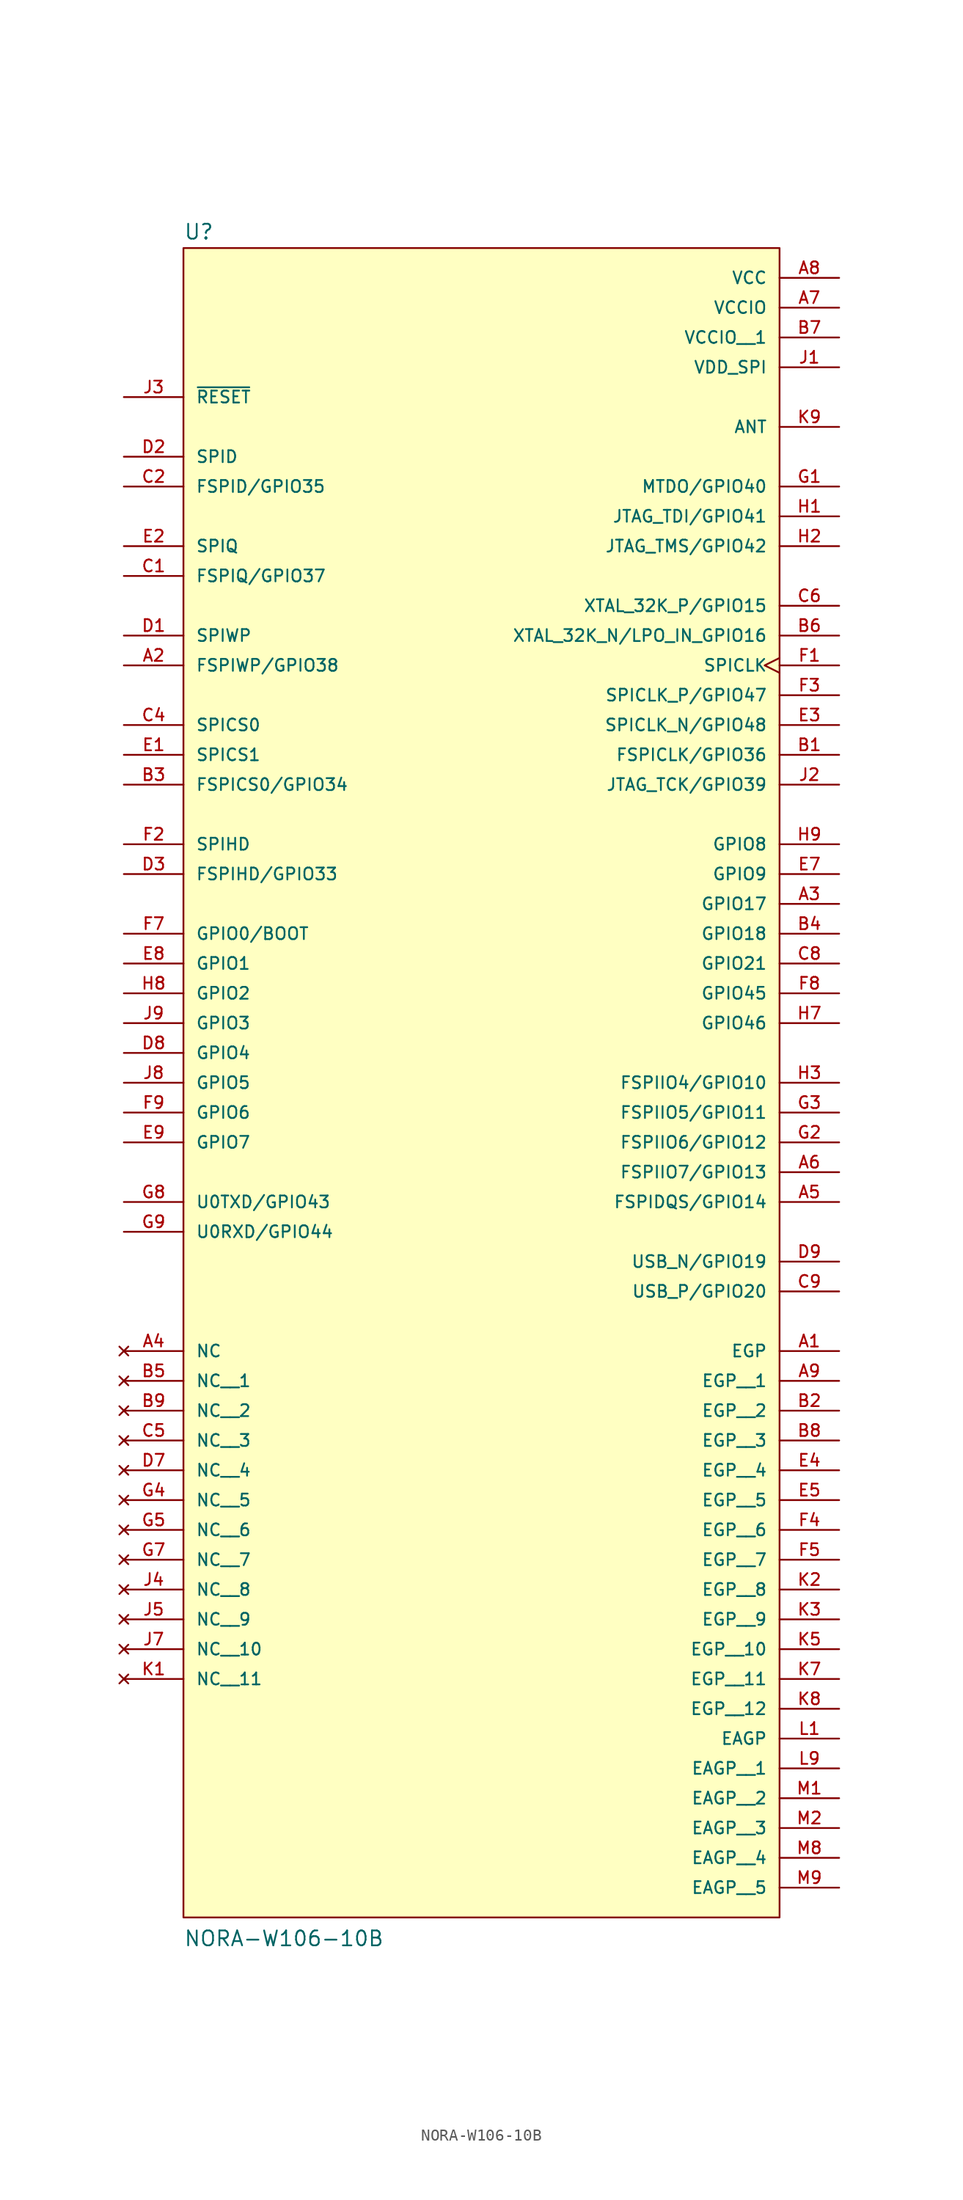
<source format=kicad_sym>
(kicad_symbol_lib
  (version 20231120)
  (generator "kicad_symbol_editor")
  (generator_version "8.0")
  (symbol "NORA-W106-10B"
    (pin_names
      (offset 1.016))
    (property "Reference" "U"
      (at -25.4 48.895 0)
      (effects (font (size 1.27 1.27)) (justify left bottom)))
    (property "Value" "NORA-W106-10B"
      (at -25.4 -96.52 0)
      (effects (font (size 1.27 1.27)) (justify left bottom)))
    (symbol "NORA-W106-10B_0_0"
      (rectangle (start -25.4 48.26) (end 25.4 -93.98) (stroke (width 0.152) (type default)) (fill (type background)))
      (pin power_in line (at 30.48 -45.72 180) (length 5.08) (name "EGP" (effects (font (size 1.016 1.016)))) (number "A1" (effects (font (size 1.016 1.016)))))
      (pin bidirectional line (at -30.48 12.7 0) (length 5.08) (name "FSPIWP/GPIO38" (effects (font (size 1.016 1.016)))) (number "A2" (effects (font (size 1.016 1.016)))))
      (pin bidirectional line (at 30.48 -7.62 180) (length 5.08) (name "GPIO17" (effects (font (size 1.016 1.016)))) (number "A3" (effects (font (size 1.016 1.016)))))
      (pin no_connect line (at -30.48 -45.72 0) (length 5.08) (name "NC" (effects (font (size 1.016 1.016)))) (number "A4" (effects (font (size 1.016 1.016)))))
      (pin bidirectional line (at 30.48 -33.02 180) (length 5.08) (name "FSPIDQS/GPIO14" (effects (font (size 1.016 1.016)))) (number "A5" (effects (font (size 1.016 1.016)))))
      (pin bidirectional line (at 30.48 -30.48 180) (length 5.08) (name "FSPIIO7/GPIO13" (effects (font (size 1.016 1.016)))) (number "A6" (effects (font (size 1.016 1.016)))))
      (pin input line (at 30.48 43.18 180) (length 5.08) (name "VCCIO" (effects (font (size 1.016 1.016)))) (number "A7" (effects (font (size 1.016 1.016)))))
      (pin input line (at 30.48 45.72 180) (length 5.08) (name "VCC" (effects (font (size 1.016 1.016)))) (number "A8" (effects (font (size 1.016 1.016)))))
      (pin power_in line (at 30.48 -48.26 180) (length 5.08) (name "EGP__1" (effects (font (size 1.016 1.016)))) (number "A9" (effects (font (size 1.016 1.016)))))
      (pin bidirectional line (at 30.48 5.08 180) (length 5.08) (name "FSPICLK/GPIO36" (effects (font (size 1.016 1.016)))) (number "B1" (effects (font (size 1.016 1.016)))))
      (pin power_in line (at 30.48 -50.8 180) (length 5.08) (name "EGP__2" (effects (font (size 1.016 1.016)))) (number "B2" (effects (font (size 1.016 1.016)))))
      (pin bidirectional line (at -30.48 2.54 0) (length 5.08) (name "FSPICS0/GPIO34" (effects (font (size 1.016 1.016)))) (number "B3" (effects (font (size 1.016 1.016)))))
      (pin bidirectional line (at 30.48 -10.16 180) (length 5.08) (name "GPIO18" (effects (font (size 1.016 1.016)))) (number "B4" (effects (font (size 1.016 1.016)))))
      (pin no_connect line (at -30.48 -48.26 0) (length 5.08) (name "NC__1" (effects (font (size 1.016 1.016)))) (number "B5" (effects (font (size 1.016 1.016)))))
      (pin bidirectional line (at 30.48 15.24 180) (length 5.08) (name "XTAL_32K_N/LPO_IN_GPIO16" (effects (font (size 1.016 1.016)))) (number "B6" (effects (font (size 1.016 1.016)))))
      (pin input line (at 30.48 40.64 180) (length 5.08) (name "VCCIO__1" (effects (font (size 1.016 1.016)))) (number "B7" (effects (font (size 1.016 1.016)))))
      (pin power_in line (at 30.48 -53.34 180) (length 5.08) (name "EGP__3" (effects (font (size 1.016 1.016)))) (number "B8" (effects (font (size 1.016 1.016)))))
      (pin no_connect line (at -30.48 -50.8 0) (length 5.08) (name "NC__2" (effects (font (size 1.016 1.016)))) (number "B9" (effects (font (size 1.016 1.016)))))
      (pin bidirectional line (at -30.48 20.32 0) (length 5.08) (name "FSPIQ/GPIO37" (effects (font (size 1.016 1.016)))) (number "C1" (effects (font (size 1.016 1.016)))))
      (pin bidirectional line (at -30.48 27.94 0) (length 5.08) (name "FSPID/GPIO35" (effects (font (size 1.016 1.016)))) (number "C2" (effects (font (size 1.016 1.016)))))
      (pin bidirectional line (at -30.48 7.62 0) (length 5.08) (name "SPICS0" (effects (font (size 1.016 1.016)))) (number "C4" (effects (font (size 1.016 1.016)))))
      (pin no_connect line (at -30.48 -53.34 0) (length 5.08) (name "NC__3" (effects (font (size 1.016 1.016)))) (number "C5" (effects (font (size 1.016 1.016)))))
      (pin bidirectional line (at 30.48 17.78 180) (length 5.08) (name "XTAL_32K_P/GPIO15" (effects (font (size 1.016 1.016)))) (number "C6" (effects (font (size 1.016 1.016)))))
      (pin bidirectional line (at 30.48 -12.7 180) (length 5.08) (name "GPIO21" (effects (font (size 1.016 1.016)))) (number "C8" (effects (font (size 1.016 1.016)))))
      (pin bidirectional line (at 30.48 -40.64 180) (length 5.08) (name "USB_P/GPIO20" (effects (font (size 1.016 1.016)))) (number "C9" (effects (font (size 1.016 1.016)))))
      (pin bidirectional line (at -30.48 15.24 0) (length 5.08) (name "SPIWP" (effects (font (size 1.016 1.016)))) (number "D1" (effects (font (size 1.016 1.016)))))
      (pin bidirectional line (at -30.48 30.48 0) (length 5.08) (name "SPID" (effects (font (size 1.016 1.016)))) (number "D2" (effects (font (size 1.016 1.016)))))
      (pin bidirectional line (at -30.48 -5.08 0) (length 5.08) (name "FSPIHD/GPIO33" (effects (font (size 1.016 1.016)))) (number "D3" (effects (font (size 1.016 1.016)))))
      (pin no_connect line (at -30.48 -55.88 0) (length 5.08) (name "NC__4" (effects (font (size 1.016 1.016)))) (number "D7" (effects (font (size 1.016 1.016)))))
      (pin bidirectional line (at -30.48 -20.32 0) (length 5.08) (name "GPIO4" (effects (font (size 1.016 1.016)))) (number "D8" (effects (font (size 1.016 1.016)))))
      (pin bidirectional line (at 30.48 -38.1 180) (length 5.08) (name "USB_N/GPIO19" (effects (font (size 1.016 1.016)))) (number "D9" (effects (font (size 1.016 1.016)))))
      (pin bidirectional line (at -30.48 5.08 0) (length 5.08) (name "SPICS1" (effects (font (size 1.016 1.016)))) (number "E1" (effects (font (size 1.016 1.016)))))
      (pin bidirectional line (at -30.48 22.86 0) (length 5.08) (name "SPIQ" (effects (font (size 1.016 1.016)))) (number "E2" (effects (font (size 1.016 1.016)))))
      (pin bidirectional line (at 30.48 7.62 180) (length 5.08) (name "SPICLK_N/GPIO48" (effects (font (size 1.016 1.016)))) (number "E3" (effects (font (size 1.016 1.016)))))
      (pin power_in line (at 30.48 -55.88 180) (length 5.08) (name "EGP__4" (effects (font (size 1.016 1.016)))) (number "E4" (effects (font (size 1.016 1.016)))))
      (pin power_in line (at 30.48 -58.42 180) (length 5.08) (name "EGP__5" (effects (font (size 1.016 1.016)))) (number "E5" (effects (font (size 1.016 1.016)))))
      (pin bidirectional line (at 30.48 -5.08 180) (length 5.08) (name "GPIO9" (effects (font (size 1.016 1.016)))) (number "E7" (effects (font (size 1.016 1.016)))))
      (pin bidirectional line (at -30.48 -12.7 0) (length 5.08) (name "GPIO1" (effects (font (size 1.016 1.016)))) (number "E8" (effects (font (size 1.016 1.016)))))
      (pin bidirectional line (at -30.48 -27.94 0) (length 5.08) (name "GPIO7" (effects (font (size 1.016 1.016)))) (number "E9" (effects (font (size 1.016 1.016)))))
      (pin bidirectional clock (at 30.48 12.7 180) (length 5.08) (name "SPICLK" (effects (font (size 1.016 1.016)))) (number "F1" (effects (font (size 1.016 1.016)))))
      (pin bidirectional line (at -30.48 -2.54 0) (length 5.08) (name "SPIHD" (effects (font (size 1.016 1.016)))) (number "F2" (effects (font (size 1.016 1.016)))))
      (pin bidirectional line (at 30.48 10.16 180) (length 5.08) (name "SPICLK_P/GPIO47" (effects (font (size 1.016 1.016)))) (number "F3" (effects (font (size 1.016 1.016)))))
      (pin power_in line (at 30.48 -60.96 180) (length 5.08) (name "EGP__6" (effects (font (size 1.016 1.016)))) (number "F4" (effects (font (size 1.016 1.016)))))
      (pin power_in line (at 30.48 -63.5 180) (length 5.08) (name "EGP__7" (effects (font (size 1.016 1.016)))) (number "F5" (effects (font (size 1.016 1.016)))))
      (pin bidirectional line (at -30.48 -10.16 0) (length 5.08) (name "GPIO0/BOOT" (effects (font (size 1.016 1.016)))) (number "F7" (effects (font (size 1.016 1.016)))))
      (pin bidirectional line (at 30.48 -15.24 180) (length 5.08) (name "GPIO45" (effects (font (size 1.016 1.016)))) (number "F8" (effects (font (size 1.016 1.016)))))
      (pin bidirectional line (at -30.48 -25.4 0) (length 5.08) (name "GPIO6" (effects (font (size 1.016 1.016)))) (number "F9" (effects (font (size 1.016 1.016)))))
      (pin bidirectional line (at 30.48 27.94 180) (length 5.08) (name "MTDO/GPIO40" (effects (font (size 1.016 1.016)))) (number "G1" (effects (font (size 1.016 1.016)))))
      (pin bidirectional line (at 30.48 -27.94 180) (length 5.08) (name "FSPIIO6/GPIO12" (effects (font (size 1.016 1.016)))) (number "G2" (effects (font (size 1.016 1.016)))))
      (pin bidirectional line (at 30.48 -25.4 180) (length 5.08) (name "FSPIIO5/GPIO11" (effects (font (size 1.016 1.016)))) (number "G3" (effects (font (size 1.016 1.016)))))
      (pin no_connect line (at -30.48 -58.42 0) (length 5.08) (name "NC__5" (effects (font (size 1.016 1.016)))) (number "G4" (effects (font (size 1.016 1.016)))))
      (pin no_connect line (at -30.48 -60.96 0) (length 5.08) (name "NC__6" (effects (font (size 1.016 1.016)))) (number "G5" (effects (font (size 1.016 1.016)))))
      (pin no_connect line (at -30.48 -63.5 0) (length 5.08) (name "NC__7" (effects (font (size 1.016 1.016)))) (number "G7" (effects (font (size 1.016 1.016)))))
      (pin bidirectional line (at -30.48 -33.02 0) (length 5.08) (name "U0TXD/GPIO43" (effects (font (size 1.016 1.016)))) (number "G8" (effects (font (size 1.016 1.016)))))
      (pin bidirectional line (at -30.48 -35.56 0) (length 5.08) (name "U0RXD/GPIO44" (effects (font (size 1.016 1.016)))) (number "G9" (effects (font (size 1.016 1.016)))))
      (pin bidirectional line (at 30.48 25.4 180) (length 5.08) (name "JTAG_TDI/GPIO41" (effects (font (size 1.016 1.016)))) (number "H1" (effects (font (size 1.016 1.016)))))
      (pin bidirectional line (at 30.48 22.86 180) (length 5.08) (name "JTAG_TMS/GPIO42" (effects (font (size 1.016 1.016)))) (number "H2" (effects (font (size 1.016 1.016)))))
      (pin bidirectional line (at 30.48 -22.86 180) (length 5.08) (name "FSPIIO4/GPIO10" (effects (font (size 1.016 1.016)))) (number "H3" (effects (font (size 1.016 1.016)))))
      (pin bidirectional line (at 30.48 -17.78 180) (length 5.08) (name "GPIO46" (effects (font (size 1.016 1.016)))) (number "H7" (effects (font (size 1.016 1.016)))))
      (pin bidirectional line (at -30.48 -15.24 0) (length 5.08) (name "GPIO2" (effects (font (size 1.016 1.016)))) (number "H8" (effects (font (size 1.016 1.016)))))
      (pin bidirectional line (at 30.48 -2.54 180) (length 5.08) (name "GPIO8" (effects (font (size 1.016 1.016)))) (number "H9" (effects (font (size 1.016 1.016)))))
      (pin output line (at 30.48 38.1 180) (length 5.08) (name "VDD_SPI" (effects (font (size 1.016 1.016)))) (number "J1" (effects (font (size 1.016 1.016)))))
      (pin bidirectional line (at 30.48 2.54 180) (length 5.08) (name "JTAG_TCK/GPIO39" (effects (font (size 1.016 1.016)))) (number "J2" (effects (font (size 1.016 1.016)))))
      (pin input line (at -30.48 35.56 0) (length 5.08) (name "~{RESET}" (effects (font (size 1.016 1.016)))) (number "J3" (effects (font (size 1.016 1.016)))))
      (pin no_connect line (at -30.48 -66.04 0) (length 5.08) (name "NC__8" (effects (font (size 1.016 1.016)))) (number "J4" (effects (font (size 1.016 1.016)))))
      (pin no_connect line (at -30.48 -68.58 0) (length 5.08) (name "NC__9" (effects (font (size 1.016 1.016)))) (number "J5" (effects (font (size 1.016 1.016)))))
      (pin no_connect line (at -30.48 -71.12 0) (length 5.08) (name "NC__10" (effects (font (size 1.016 1.016)))) (number "J7" (effects (font (size 1.016 1.016)))))
      (pin bidirectional line (at -30.48 -22.86 0) (length 5.08) (name "GPIO5" (effects (font (size 1.016 1.016)))) (number "J8" (effects (font (size 1.016 1.016)))))
      (pin bidirectional line (at -30.48 -17.78 0) (length 5.08) (name "GPIO3" (effects (font (size 1.016 1.016)))) (number "J9" (effects (font (size 1.016 1.016)))))
      (pin no_connect line (at -30.48 -73.66 0) (length 5.08) (name "NC__11" (effects (font (size 1.016 1.016)))) (number "K1" (effects (font (size 1.016 1.016)))))
      (pin power_in line (at 30.48 -66.04 180) (length 5.08) (name "EGP__8" (effects (font (size 1.016 1.016)))) (number "K2" (effects (font (size 1.016 1.016)))))
      (pin power_in line (at 30.48 -68.58 180) (length 5.08) (name "EGP__9" (effects (font (size 1.016 1.016)))) (number "K3" (effects (font (size 1.016 1.016)))))
      (pin power_in line (at 30.48 -71.12 180) (length 5.08) (name "EGP__10" (effects (font (size 1.016 1.016)))) (number "K5" (effects (font (size 1.016 1.016)))))
      (pin power_in line (at 30.48 -73.66 180) (length 5.08) (name "EGP__11" (effects (font (size 1.016 1.016)))) (number "K7" (effects (font (size 1.016 1.016)))))
      (pin power_in line (at 30.48 -76.2 180) (length 5.08) (name "EGP__12" (effects (font (size 1.016 1.016)))) (number "K8" (effects (font (size 1.016 1.016)))))
      (pin bidirectional line (at 30.48 33.02 180) (length 5.08) (name "ANT" (effects (font (size 1.016 1.016)))) (number "K9" (effects (font (size 1.016 1.016)))))
      (pin power_in line (at 30.48 -78.74 180) (length 5.08) (name "EAGP" (effects (font (size 1.016 1.016)))) (number "L1" (effects (font (size 1.016 1.016)))))
      (pin power_in line (at 30.48 -81.28 180) (length 5.08) (name "EAGP__1" (effects (font (size 1.016 1.016)))) (number "L9" (effects (font (size 1.016 1.016)))))
      (pin power_in line (at 30.48 -83.82 180) (length 5.08) (name "EAGP__2" (effects (font (size 1.016 1.016)))) (number "M1" (effects (font (size 1.016 1.016)))))
      (pin power_in line (at 30.48 -86.36 180) (length 5.08) (name "EAGP__3" (effects (font (size 1.016 1.016)))) (number "M2" (effects (font (size 1.016 1.016)))))
      (pin power_in line (at 30.48 -88.9 180) (length 5.08) (name "EAGP__4" (effects (font (size 1.016 1.016)))) (number "M8" (effects (font (size 1.016 1.016)))))
      (pin power_in line (at 30.48 -91.44 180) (length 5.08) (name "EAGP__5" (effects (font (size 1.016 1.016)))) (number "M9" (effects (font (size 1.016 1.016))))))))
</source>
